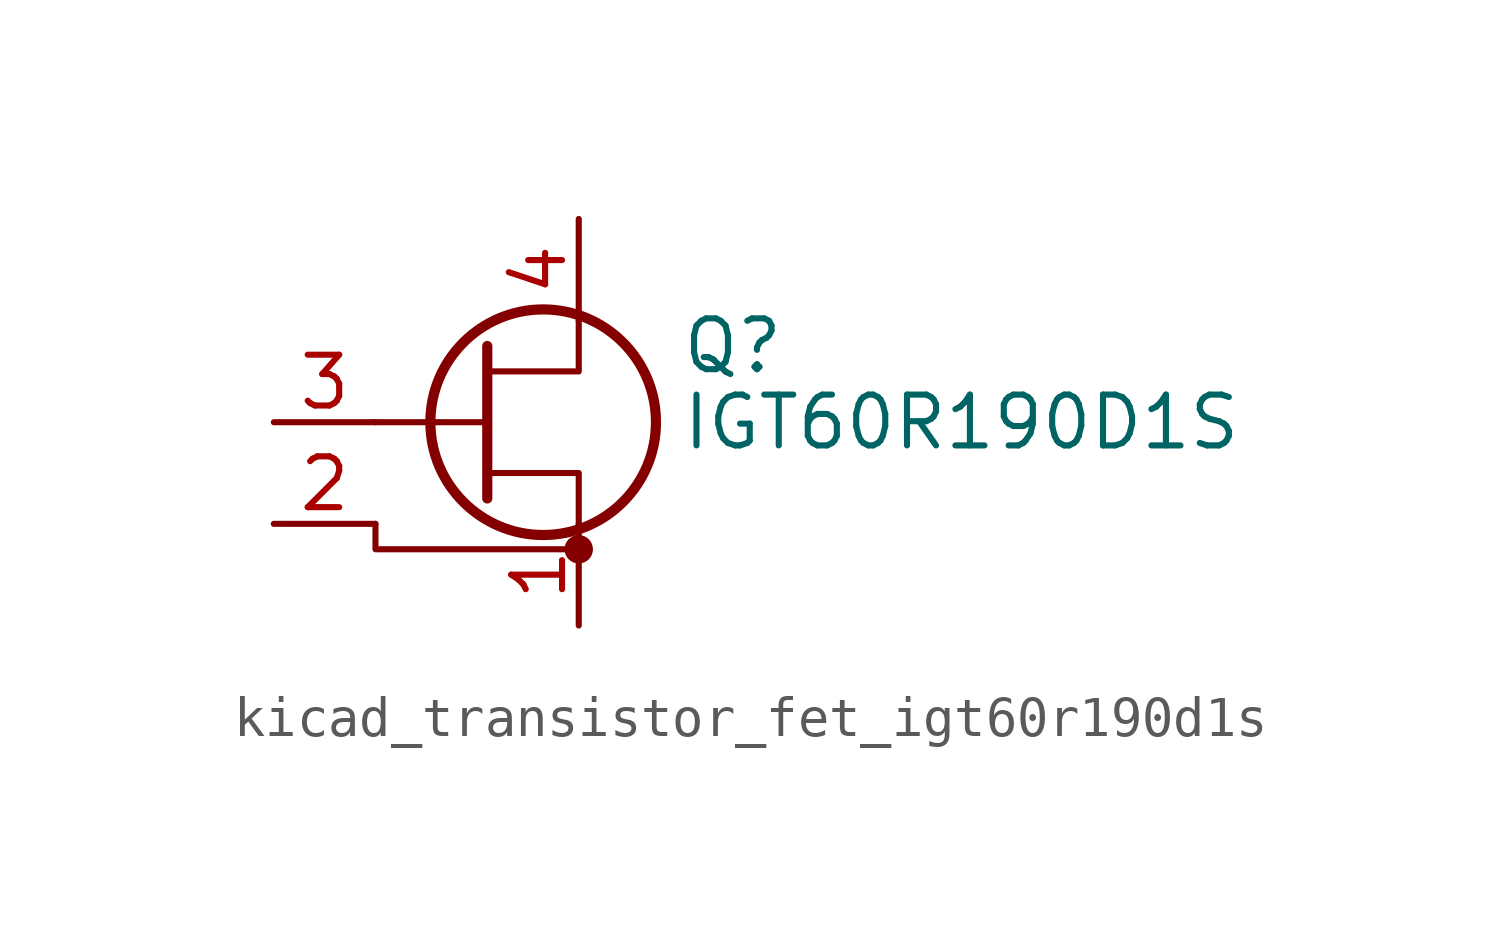
<source format=kicad_sym>
(kicad_symbol_lib
  (version 20220914)
  (generator kicad_symbol_editor)
  (symbol "kicad_transistor_fet_igt60r190d1s"
    (pin_names
      (offset 0) hide)
    (property "Reference" "Q"
      (at 5.08 1.905 0)
      (effects (font (size 1.27 1.27)) (justify left)))
    (property "Value" "IGT60R190D1S"
      (at 5.08 0 0)
      (effects (font (size 1.27 1.27)) (justify left)))
    (symbol "kicad_transistor_fet_igt60r190d1s_0_1"
      (polyline (pts (xy -2.54 0) (xy 0.254 0)) (stroke (width 0) (type default)) (fill (type none)))
      (polyline (pts (xy -2.54 -2.54) (xy -2.54 -3.175) (xy 2.54 -3.175)) (stroke (width 0) (type default)) (fill (type none)))
      (polyline (pts (xy 0.254 -1.27) (xy 2.54 -1.27) (xy 2.54 -2.54)) (stroke (width 0) (type default)) (fill (type none)))
      (polyline (pts (xy 0.254 1.905) (xy 0.254 -1.905) (xy 0.254 -1.905)) (stroke (width 0.254) (type default)) (fill (type none)))
      (polyline (pts (xy 2.54 2.54) (xy 2.54 1.27) (xy 0.254 1.27)) (stroke (width 0) (type default)) (fill (type none)))
      (circle (center 1.651 0) (radius 2.819) (stroke (width 0.254) (type default)) (fill (type none)))
      (circle (center 2.54 -3.175) (radius 0.279) (stroke (width 0) (type default)) (fill (type outline))))
    (symbol "kicad_transistor_fet_igt60r190d1s_1_1"
      (pin passive line (at 2.54 -5.08 90) (length 2.54) (name "S" (effects (font (size 1.27 1.27)))) (number "1" (effects (font (size 1.27 1.27)))))
      (pin passive line (at -5.08 -2.54 0) (length 2.54) (name "SS" (effects (font (size 1.27 1.27)))) (number "2" (effects (font (size 1.27 1.27)))))
      (pin input line (at -5.08 0 0) (length 2.54) (name "G" (effects (font (size 1.27 1.27)))) (number "3" (effects (font (size 1.27 1.27)))))
      (pin passive line (at 2.54 5.08 270) (length 2.54) (name "D" (effects (font (size 1.27 1.27)))) (number "4" (effects (font (size 1.27 1.27))))))))
</source>
